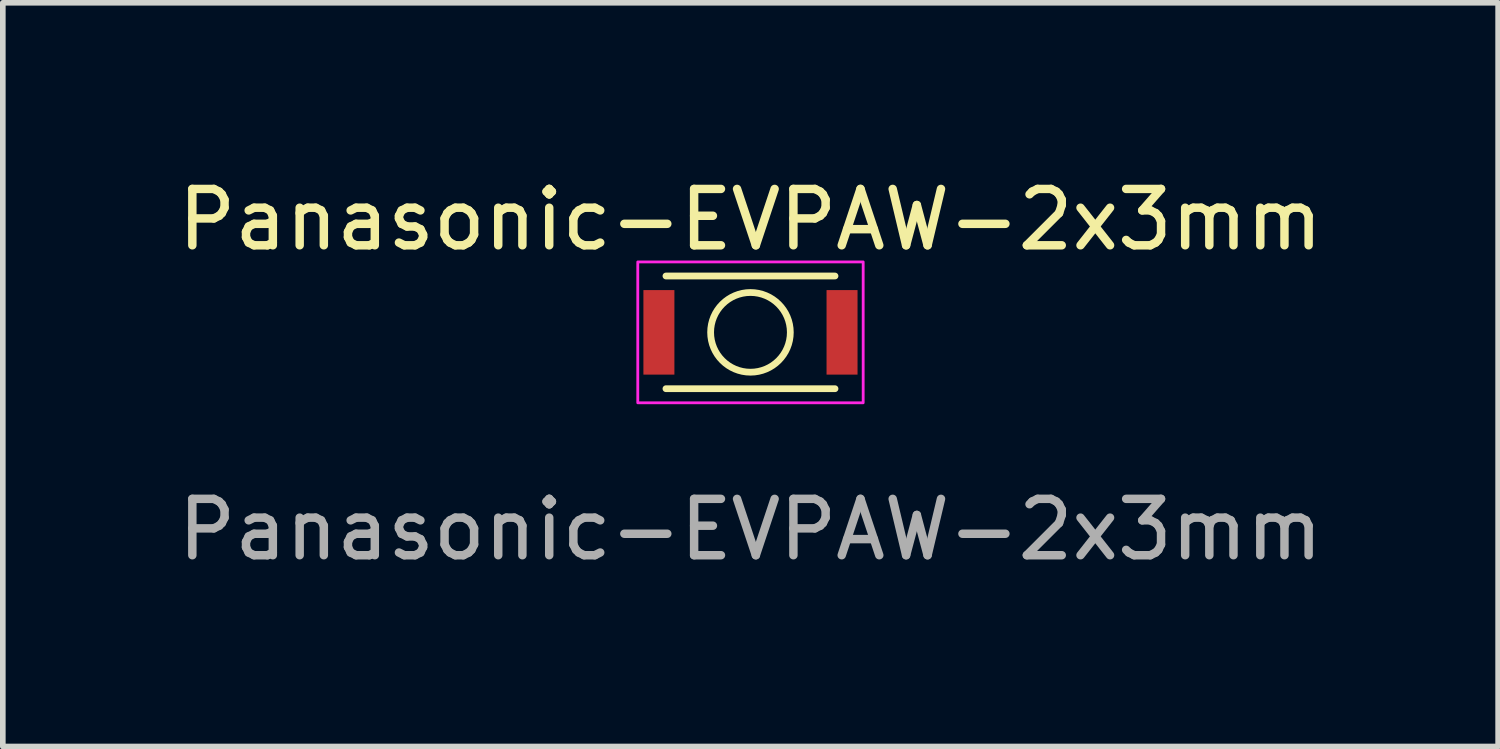
<source format=kicad_pcb>
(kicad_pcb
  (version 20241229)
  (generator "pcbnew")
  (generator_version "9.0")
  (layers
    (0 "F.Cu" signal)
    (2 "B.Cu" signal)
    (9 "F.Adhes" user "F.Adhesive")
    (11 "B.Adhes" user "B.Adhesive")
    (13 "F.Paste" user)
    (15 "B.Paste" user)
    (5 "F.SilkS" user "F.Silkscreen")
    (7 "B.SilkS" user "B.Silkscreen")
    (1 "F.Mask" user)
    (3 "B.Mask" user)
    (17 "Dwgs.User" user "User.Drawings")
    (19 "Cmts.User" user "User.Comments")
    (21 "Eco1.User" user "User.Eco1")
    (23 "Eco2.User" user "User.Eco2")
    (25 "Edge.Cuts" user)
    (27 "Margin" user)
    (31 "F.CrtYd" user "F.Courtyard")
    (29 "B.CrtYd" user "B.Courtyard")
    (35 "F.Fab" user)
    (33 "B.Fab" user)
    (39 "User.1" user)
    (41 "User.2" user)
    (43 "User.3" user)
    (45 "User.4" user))
  (footprint "Panasonic-EVPAW-2x3mm"
    (layer "F.Cu")
    (at 10.268 2.848)
    (property "Reference" "Panasonic-EVPAW-2x3mm" (at 0 -2 0) (unlocked yes) (layer "F.SilkS") (effects (font (size 1 1) (thickness 0.15))))
    (attr smd)
    (fp_line (start -1.5 -1) (end 1.5 -1) (stroke (width 0.12) (type default)) (layer "F.SilkS"))
    (fp_line (start 1.5 1) (end -1.5 1) (stroke (width 0.12) (type default)) (layer "F.SilkS"))
    (fp_circle (center 0 0) (end 0.5 0.5) (stroke (width 0.12) (type default)) (fill no) (layer "F.SilkS"))
    (fp_rect (start -1.85 -0.725) (end -1.425 -0.125) (stroke (width 0) (type solid)) (fill yes) (layer "F.Paste"))
    (fp_rect (start -1.85 0.125) (end -1.425 0.725) (stroke (width 0) (type solid)) (fill yes) (layer "F.Paste"))
    (fp_rect (start 1.425 -0.725) (end 1.85 -0.125) (stroke (width 0) (type solid)) (fill yes) (layer "F.Paste"))
    (fp_rect (start 1.425 0.125) (end 1.85 0.725) (stroke (width 0) (type solid)) (fill yes) (layer "F.Paste"))
    (fp_rect (start -2 -1.25) (end 2 1.25) (stroke (width 0.05) (type default)) (fill no) (layer "F.CrtYd"))
    (fp_text user "${REFERENCE}" (at 0 3.5 0) (unlocked yes) (layer "F.Fab") (effects (font (size 1 1) (thickness 0.15))))
    (pad "1" smd rect (at -1.625 0) (size 0.55 1.5) (layers "F.Cu" "F.Mask"))
    (pad "2" smd rect (at 1.625 0) (size 0.55 1.5) (layers "F.Cu" "F.Mask")))
  (gr_rect
    (start -3 -3)
    (end 23.536 10.197)
    (stroke (width 0.1) (type default))
    (fill no)
    (layer "Edge.Cuts")))
</source>
